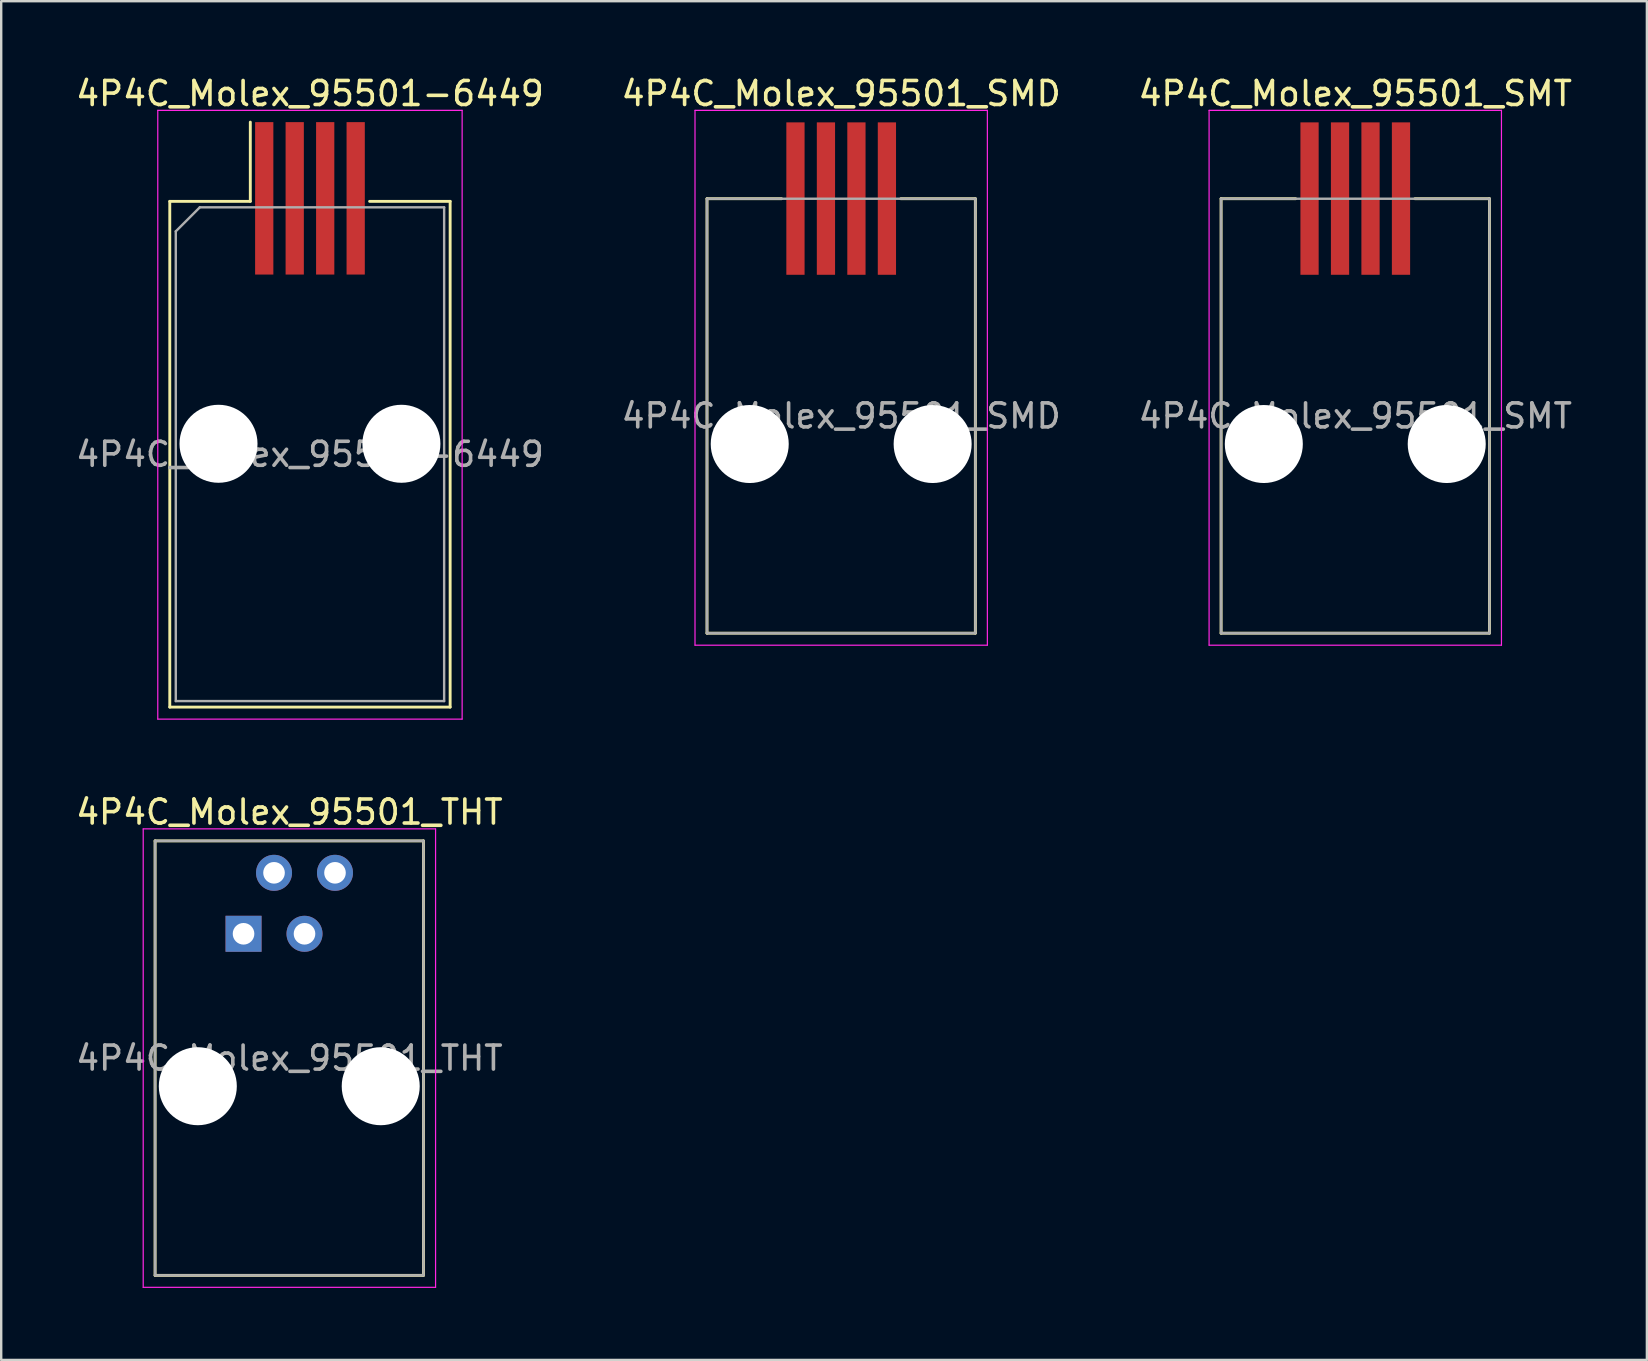
<source format=kicad_pcb>
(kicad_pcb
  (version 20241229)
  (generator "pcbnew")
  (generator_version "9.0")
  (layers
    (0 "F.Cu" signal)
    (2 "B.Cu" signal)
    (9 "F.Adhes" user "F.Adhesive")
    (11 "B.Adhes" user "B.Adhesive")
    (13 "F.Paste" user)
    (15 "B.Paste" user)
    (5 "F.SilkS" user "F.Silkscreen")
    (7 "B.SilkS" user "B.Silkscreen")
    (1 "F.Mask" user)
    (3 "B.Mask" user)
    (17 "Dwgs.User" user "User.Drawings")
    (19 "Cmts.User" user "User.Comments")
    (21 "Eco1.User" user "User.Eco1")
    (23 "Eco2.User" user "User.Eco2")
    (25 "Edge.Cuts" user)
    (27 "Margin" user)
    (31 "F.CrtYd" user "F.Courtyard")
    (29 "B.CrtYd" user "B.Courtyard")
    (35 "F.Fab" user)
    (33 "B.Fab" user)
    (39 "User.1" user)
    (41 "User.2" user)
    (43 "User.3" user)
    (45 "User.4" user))
  (footprint "4P4C_Molex_95501_THT"
    (layer "F.Cu")
    (at 7.096 35.852)
    (property "Reference" "4P4C_Molex_95501_THT" (at 1.91 -5.07 0) (layer "F.SilkS") (effects (font (size 1 1) (thickness 0.15))))
    (attr through_hole)
    (fp_line (start -3.685 -3.87) (end -3.685 14.23) (stroke (width 0.12) (type solid)) (layer "F.SilkS"))
    (fp_line (start -3.685 14.23) (end 7.495 14.23) (stroke (width 0.12) (type solid)) (layer "F.SilkS"))
    (fp_line (start 7.495 -3.87) (end -3.685 -3.87) (stroke (width 0.12) (type solid)) (layer "F.SilkS"))
    (fp_line (start 7.495 14.23) (end 7.495 -3.87) (stroke (width 0.12) (type solid)) (layer "F.SilkS"))
    (fp_line (start -4.18 -4.37) (end -4.18 14.73) (stroke (width 0.05) (type solid)) (layer "F.CrtYd"))
    (fp_line (start -4.18 14.73) (end 8 14.73) (stroke (width 0.05) (type solid)) (layer "F.CrtYd"))
    (fp_line (start 8 -4.37) (end -4.18 -4.37) (stroke (width 0.05) (type solid)) (layer "F.CrtYd"))
    (fp_line (start 8 14.73) (end 8 -4.37) (stroke (width 0.05) (type solid)) (layer "F.CrtYd"))
    (fp_line (start -3.685 -3.87) (end -3.685 14.23) (stroke (width 0.1) (type solid)) (layer "F.Fab"))
    (fp_line (start -3.685 14.23) (end 7.495 14.23) (stroke (width 0.1) (type solid)) (layer "F.Fab"))
    (fp_line (start 7.495 -3.87) (end -3.685 -3.87) (stroke (width 0.1) (type solid)) (layer "F.Fab"))
    (fp_line (start 7.495 14.23) (end 7.495 -3.87) (stroke (width 0.1) (type solid)) (layer "F.Fab"))
    (fp_text user "${REFERENCE}" (at 1.91 5.18 0) (layer "F.Fab") (effects (font (size 1 1) (thickness 0.15))))
    (pad "" np_thru_hole circle (at -1.905 6.35) (size 3.25 3.25) (drill 3.25) (layers "*.Cu" "*.Mask"))
    (pad "" np_thru_hole circle (at 5.715 6.35) (size 3.25 3.25) (drill 3.25) (layers "*.Cu" "*.Mask"))
    (pad "1" thru_hole rect (at 0 0) (size 1.5 1.5) (drill 0.9) (layers "*.Cu" "*.Mask"))
    (pad "2" thru_hole circle (at 1.27 -2.54) (size 1.5 1.5) (drill 0.9) (layers "*.Cu" "*.Mask"))
    (pad "3" thru_hole circle (at 2.54 0) (size 1.5 1.5) (drill 0.9) (layers "*.Cu" "*.Mask"))
    (pad "4" thru_hole circle (at 3.81 -2.54) (size 1.5 1.5) (drill 0.9) (layers "*.Cu" "*.Mask")))
  (footprint "4P4C_Molex_95501_SMT"
    (layer "F.Cu")
    (at 53.411 12.688)
    (property "Reference" "4P4C_Molex_95501_SMT" (at 0 -11.84 0) (layer "F.SilkS") (effects (font (size 1 1) (thickness 0.15))))
    (attr smd)
    (fp_line (start -5.59 -7.46) (end -5.59 10.64) (stroke (width 0.12) (type solid)) (layer "F.SilkS"))
    (fp_line (start -5.59 10.64) (end 5.59 10.64) (stroke (width 0.12) (type solid)) (layer "F.SilkS"))
    (fp_line (start -2.485 -7.46) (end -5.59 -7.46) (stroke (width 0.12) (type solid)) (layer "F.SilkS"))
    (fp_line (start 5.59 -7.46) (end 2.485 -7.46) (stroke (width 0.12) (type solid)) (layer "F.SilkS"))
    (fp_line (start 5.59 10.64) (end 5.59 -7.46) (stroke (width 0.12) (type solid)) (layer "F.SilkS"))
    (fp_line (start -6.09 -11.14) (end -6.09 11.14) (stroke (width 0.05) (type solid)) (layer "F.CrtYd"))
    (fp_line (start -6.09 11.14) (end 6.09 11.14) (stroke (width 0.05) (type solid)) (layer "F.CrtYd"))
    (fp_line (start 6.09 -11.14) (end -6.09 -11.14) (stroke (width 0.05) (type solid)) (layer "F.CrtYd"))
    (fp_line (start 6.09 11.14) (end 6.09 -11.14) (stroke (width 0.05) (type solid)) (layer "F.CrtYd"))
    (fp_line (start -5.59 -7.46) (end -5.59 10.64) (stroke (width 0.1) (type solid)) (layer "F.Fab"))
    (fp_line (start -5.59 10.64) (end 5.59 10.64) (stroke (width 0.1) (type solid)) (layer "F.Fab"))
    (fp_line (start 5.59 -7.46) (end -5.59 -7.46) (stroke (width 0.1) (type solid)) (layer "F.Fab"))
    (fp_line (start 5.59 10.64) (end 5.59 -7.46) (stroke (width 0.1) (type solid)) (layer "F.Fab"))
    (fp_text user "${REFERENCE}" (at 0 1.59 0) (layer "F.Fab") (effects (font (size 1 1) (thickness 0.15))))
    (pad "" np_thru_hole circle (at -3.81 2.76) (size 3.25 3.25) (drill 3.25) (layers "*.Cu" "*.Mask"))
    (pad "" np_thru_hole circle (at 3.81 2.76) (size 3.25 3.25) (drill 3.25) (layers "*.Cu" "*.Mask"))
    (pad "1" smd rect (at -1.905 -7.465) (size 0.76 6.35) (layers "F.Cu" "F.Mask" "F.Paste"))
    (pad "2" smd rect (at -0.635 -7.465) (size 0.76 6.35) (layers "F.Cu" "F.Mask" "F.Paste"))
    (pad "3" smd rect (at 0.635 -7.465) (size 0.76 6.35) (layers "F.Cu" "F.Mask" "F.Paste"))
    (pad "4" smd rect (at 1.905 -7.465) (size 0.76 6.35) (layers "F.Cu" "F.Mask" "F.Paste")))
  (footprint "4P4C_Molex_95501-6449"
    (layer "F.Cu")
    (at 9.863 15.438)
    (property "Reference" "4P4C_Molex_95501-6449" (at 0 -14.59 0) (layer "F.SilkS") (effects (font (size 1 1) (thickness 0.15))))
    (attr smd)
    (fp_line (start -5.84 -10.1) (end -5.84 10.97) (stroke (width 0.12) (type solid)) (layer "F.SilkS"))
    (fp_line (start -5.84 10.97) (end 5.84 10.97) (stroke (width 0.12) (type solid)) (layer "F.SilkS"))
    (fp_line (start -2.485 -13.4) (end -2.485 -10.1) (stroke (width 0.12) (type solid)) (layer "F.SilkS"))
    (fp_line (start -2.485 -10.1) (end -5.84 -10.1) (stroke (width 0.12) (type solid)) (layer "F.SilkS"))
    (fp_line (start 5.84 -10.1) (end 2.485 -10.1) (stroke (width 0.12) (type solid)) (layer "F.SilkS"))
    (fp_line (start 5.84 10.97) (end 5.84 -10.1) (stroke (width 0.12) (type solid)) (layer "F.SilkS"))
    (fp_line (start -6.34 -13.89) (end -6.34 11.47) (stroke (width 0.05) (type solid)) (layer "F.CrtYd"))
    (fp_line (start -6.34 11.47) (end 6.34 11.47) (stroke (width 0.05) (type solid)) (layer "F.CrtYd"))
    (fp_line (start 6.34 -13.89) (end -6.34 -13.89) (stroke (width 0.05) (type solid)) (layer "F.CrtYd"))
    (fp_line (start 6.34 11.47) (end 6.34 -13.89) (stroke (width 0.05) (type solid)) (layer "F.CrtYd"))
    (fp_line (start -5.59 -8.85) (end -5.59 10.72) (stroke (width 0.1) (type solid)) (layer "F.Fab"))
    (fp_line (start -5.59 10.72) (end 5.59 10.72) (stroke (width 0.1) (type solid)) (layer "F.Fab"))
    (fp_line (start -4.59 -9.85) (end -5.59 -8.85) (stroke (width 0.1) (type solid)) (layer "F.Fab"))
    (fp_line (start 5.59 -9.85) (end -4.59 -9.85) (stroke (width 0.1) (type solid)) (layer "F.Fab"))
    (fp_line (start 5.59 10.72) (end 5.59 -9.85) (stroke (width 0.1) (type solid)) (layer "F.Fab"))
    (fp_text user "${REFERENCE}" (at 0 0.44 0) (layer "F.Fab") (effects (font (size 1 1) (thickness 0.15))))
    (pad "" np_thru_hole circle (at -3.81 0) (size 3.25 3.25) (drill 3.25) (layers "*.Cu" "*.Mask"))
    (pad "" np_thru_hole circle (at 3.81 0) (size 3.25 3.25) (drill 3.25) (layers "*.Cu" "*.Mask"))
    (pad "1" smd rect (at -1.905 -10.225) (size 0.76 6.35) (layers "F.Cu" "F.Mask" "F.Paste"))
    (pad "2" smd rect (at -0.635 -10.225) (size 0.76 6.35) (layers "F.Cu" "F.Mask" "F.Paste"))
    (pad "3" smd rect (at 0.635 -10.225) (size 0.76 6.35) (layers "F.Cu" "F.Mask" "F.Paste"))
    (pad "4" smd rect (at 1.905 -10.225) (size 0.76 6.35) (layers "F.Cu" "F.Mask" "F.Paste")))
  (footprint "4P4C_Molex_95501_SMD"
    (layer "F.Cu")
    (at 31.994 12.688)
    (property "Reference" "4P4C_Molex_95501_SMD" (at 0 -11.84 0) (layer "F.SilkS") (effects (font (size 1 1) (thickness 0.15))))
    (attr smd)
    (fp_line (start -5.59 -7.46) (end -5.59 10.64) (stroke (width 0.12) (type solid)) (layer "F.SilkS"))
    (fp_line (start -5.59 10.64) (end 5.59 10.64) (stroke (width 0.12) (type solid)) (layer "F.SilkS"))
    (fp_line (start -2.485 -7.46) (end -5.59 -7.46) (stroke (width 0.12) (type solid)) (layer "F.SilkS"))
    (fp_line (start 5.59 -7.46) (end 2.485 -7.46) (stroke (width 0.12) (type solid)) (layer "F.SilkS"))
    (fp_line (start 5.59 10.64) (end 5.59 -7.46) (stroke (width 0.12) (type solid)) (layer "F.SilkS"))
    (fp_line (start -6.09 -11.14) (end -6.09 11.14) (stroke (width 0.05) (type solid)) (layer "F.CrtYd"))
    (fp_line (start -6.09 11.14) (end 6.09 11.14) (stroke (width 0.05) (type solid)) (layer "F.CrtYd"))
    (fp_line (start 6.09 -11.14) (end -6.09 -11.14) (stroke (width 0.05) (type solid)) (layer "F.CrtYd"))
    (fp_line (start 6.09 11.14) (end 6.09 -11.14) (stroke (width 0.05) (type solid)) (layer "F.CrtYd"))
    (fp_line (start -5.59 -7.46) (end -5.59 10.64) (stroke (width 0.1) (type solid)) (layer "F.Fab"))
    (fp_line (start -5.59 10.64) (end 5.59 10.64) (stroke (width 0.1) (type solid)) (layer "F.Fab"))
    (fp_line (start 5.59 -7.46) (end -5.59 -7.46) (stroke (width 0.1) (type solid)) (layer "F.Fab"))
    (fp_line (start 5.59 10.64) (end 5.59 -7.46) (stroke (width 0.1) (type solid)) (layer "F.Fab"))
    (fp_text user "${REFERENCE}" (at 0 1.59 0) (layer "F.Fab") (effects (font (size 1 1) (thickness 0.15))))
    (pad "" np_thru_hole circle (at -3.81 2.76) (size 3.25 3.25) (drill 3.25) (layers "*.Cu" "*.Mask"))
    (pad "" np_thru_hole circle (at 3.81 2.76) (size 3.25 3.25) (drill 3.25) (layers "*.Cu" "*.Mask"))
    (pad "1" smd rect (at -1.905 -7.465) (size 0.76 6.35) (layers "F.Cu" "F.Mask" "F.Paste"))
    (pad "2" smd rect (at -0.635 -7.465) (size 0.76 6.35) (layers "F.Cu" "F.Mask" "F.Paste"))
    (pad "3" smd rect (at 0.635 -7.465) (size 0.76 6.35) (layers "F.Cu" "F.Mask" "F.Paste"))
    (pad "4" smd rect (at 1.905 -7.465) (size 0.76 6.35) (layers "F.Cu" "F.Mask" "F.Paste")))
  (gr_rect
    (start -3 -3)
    (end 65.56 53.606)
    (stroke (width 0.1) (type default))
    (fill no)
    (layer "Edge.Cuts")))
</source>
